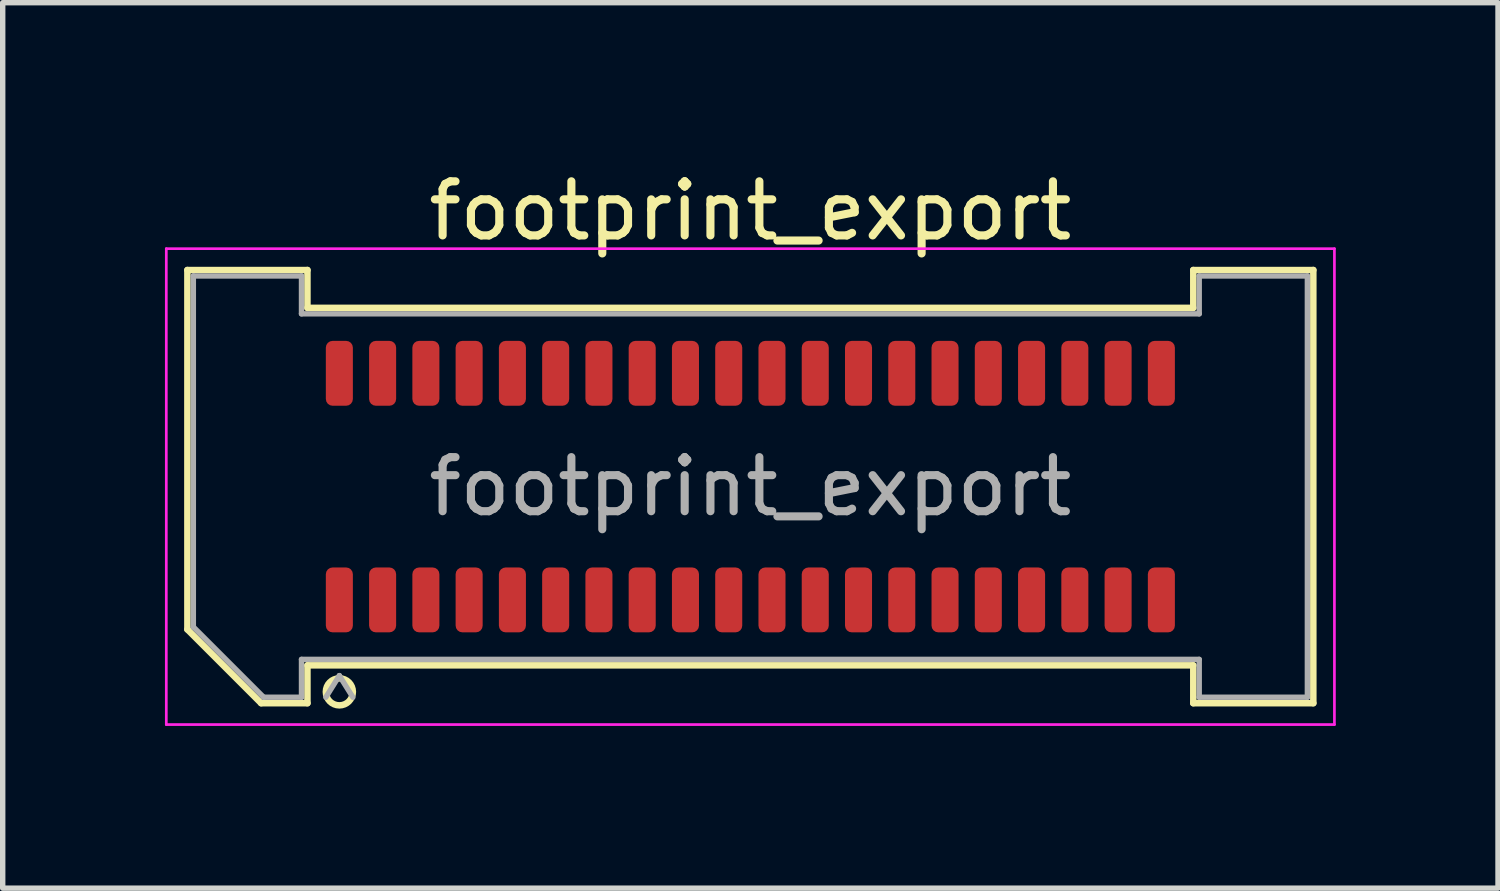
<source format=kicad_pcb>
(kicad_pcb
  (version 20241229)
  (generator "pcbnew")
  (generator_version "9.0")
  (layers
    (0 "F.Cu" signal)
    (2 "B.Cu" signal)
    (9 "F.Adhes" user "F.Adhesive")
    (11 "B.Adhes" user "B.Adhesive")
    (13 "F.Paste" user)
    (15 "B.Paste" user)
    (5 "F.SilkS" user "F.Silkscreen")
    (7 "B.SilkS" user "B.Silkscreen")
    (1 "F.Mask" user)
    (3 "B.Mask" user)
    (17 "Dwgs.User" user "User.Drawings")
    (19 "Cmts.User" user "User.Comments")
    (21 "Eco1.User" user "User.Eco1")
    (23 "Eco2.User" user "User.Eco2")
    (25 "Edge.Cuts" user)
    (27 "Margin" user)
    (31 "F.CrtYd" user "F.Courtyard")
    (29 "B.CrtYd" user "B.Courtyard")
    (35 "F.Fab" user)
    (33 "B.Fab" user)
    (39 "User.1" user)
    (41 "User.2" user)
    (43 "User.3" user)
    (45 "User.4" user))
  (footprint "footprint_export"
    (layer "F.Cu")
    (at 10.825 5.948)
    (property "Reference" "footprint_export" (at 0 -5.1 0) (layer "F.SilkS") (effects (font (size 1 1) (thickness 0.15))))
    (attr smd)
    (fp_line (start -10.41 -4.005) (end -8.19 -4.005) (stroke (width 0.12) (type solid)) (layer "F.SilkS"))
    (fp_line (start -10.41 2.641) (end -10.41 -4.005) (stroke (width 0.12) (type solid)) (layer "F.SilkS"))
    (fp_line (start -9.046 4.005) (end -10.41 2.641) (stroke (width 0.12) (type solid)) (layer "F.SilkS"))
    (fp_line (start -8.19 -4.005) (end -8.19 -3.305) (stroke (width 0.12) (type solid)) (layer "F.SilkS"))
    (fp_line (start -8.19 -3.305) (end 8.19 -3.305) (stroke (width 0.12) (type solid)) (layer "F.SilkS"))
    (fp_line (start -8.19 3.305) (end -8.19 4.005) (stroke (width 0.12) (type solid)) (layer "F.SilkS"))
    (fp_line (start -8.19 4.005) (end -9.046 4.005) (stroke (width 0.12) (type solid)) (layer "F.SilkS"))
    (fp_line (start 8.19 -4.005) (end 10.41 -4.005) (stroke (width 0.12) (type solid)) (layer "F.SilkS"))
    (fp_line (start 8.19 -3.305) (end 8.19 -4.005) (stroke (width 0.12) (type solid)) (layer "F.SilkS"))
    (fp_line (start 8.19 3.305) (end -8.19 3.305) (stroke (width 0.12) (type solid)) (layer "F.SilkS"))
    (fp_line (start 8.19 4.005) (end 8.19 3.305) (stroke (width 0.12) (type solid)) (layer "F.SilkS"))
    (fp_line (start 10.41 -4.005) (end 10.41 4.005) (stroke (width 0.12) (type solid)) (layer "F.SilkS"))
    (fp_line (start 10.41 4.005) (end 8.19 4.005) (stroke (width 0.12) (type solid)) (layer "F.SilkS"))
    (fp_arc (start -7.35 3.795) (mid -7.85 3.795) (end -7.35 3.795) (stroke (width 0.12) (type solid)) (layer "F.SilkS"))
    (fp_line (start -10.8 -4.4) (end -10.8 4.4) (stroke (width 0.05) (type solid)) (layer "F.CrtYd"))
    (fp_line (start -10.8 4.4) (end 10.8 4.4) (stroke (width 0.05) (type solid)) (layer "F.CrtYd"))
    (fp_line (start 10.8 -4.4) (end -10.8 -4.4) (stroke (width 0.05) (type solid)) (layer "F.CrtYd"))
    (fp_line (start 10.8 4.4) (end 10.8 -4.4) (stroke (width 0.05) (type solid)) (layer "F.CrtYd"))
    (fp_line (start -10.3 -3.895) (end -8.3 -3.895) (stroke (width 0.1) (type solid)) (layer "F.Fab"))
    (fp_line (start -10.3 2.595) (end -10.3 -3.895) (stroke (width 0.1) (type solid)) (layer "F.Fab"))
    (fp_line (start -9 3.895) (end -10.3 2.595) (stroke (width 0.1) (type solid)) (layer "F.Fab"))
    (fp_line (start -8.3 -3.895) (end -8.3 -3.195) (stroke (width 0.1) (type solid)) (layer "F.Fab"))
    (fp_line (start -8.3 -3.195) (end 8.3 -3.195) (stroke (width 0.1) (type solid)) (layer "F.Fab"))
    (fp_line (start -8.3 3.195) (end -8.3 3.895) (stroke (width 0.1) (type solid)) (layer "F.Fab"))
    (fp_line (start -8.3 3.895) (end -9 3.895) (stroke (width 0.1) (type solid)) (layer "F.Fab"))
    (fp_line (start -7.6 3.495) (end -7.85 3.895) (stroke (width 0.1) (type solid)) (layer "F.Fab"))
    (fp_line (start -7.6 3.495) (end -7.35 3.895) (stroke (width 0.1) (type solid)) (layer "F.Fab"))
    (fp_line (start 8.3 -3.895) (end 10.3 -3.895) (stroke (width 0.1) (type solid)) (layer "F.Fab"))
    (fp_line (start 8.3 -3.195) (end 8.3 -3.895) (stroke (width 0.1) (type solid)) (layer "F.Fab"))
    (fp_line (start 8.3 3.195) (end -8.3 3.195) (stroke (width 0.1) (type solid)) (layer "F.Fab"))
    (fp_line (start 8.3 3.895) (end 8.3 3.195) (stroke (width 0.1) (type solid)) (layer "F.Fab"))
    (fp_line (start 10.3 -3.895) (end 10.3 3.895) (stroke (width 0.1) (type solid)) (layer "F.Fab"))
    (fp_line (start 10.3 3.895) (end 8.3 3.895) (stroke (width 0.1) (type solid)) (layer "F.Fab"))
    (fp_text user "${REFERENCE}" (at 0 0 0) (layer "F.Fab") (effects (font (size 1 1) (thickness 0.15))))
    (pad "1" smd roundrect (at -7.6 2.095) (size 0.5 1.2) (layers "F.Cu" "F.Mask" "F.Paste") (roundrect_rratio 0.25))
    (pad "2" smd roundrect (at -7.6 -2.095) (size 0.5 1.2) (layers "F.Cu" "F.Mask" "F.Paste") (roundrect_rratio 0.25))
    (pad "3" smd roundrect (at -6.8 2.095) (size 0.5 1.2) (layers "F.Cu" "F.Mask" "F.Paste") (roundrect_rratio 0.25))
    (pad "4" smd roundrect (at -6.8 -2.095) (size 0.5 1.2) (layers "F.Cu" "F.Mask" "F.Paste") (roundrect_rratio 0.25))
    (pad "5" smd roundrect (at -6 2.095) (size 0.5 1.2) (layers "F.Cu" "F.Mask" "F.Paste") (roundrect_rratio 0.25))
    (pad "6" smd roundrect (at -6 -2.095) (size 0.5 1.2) (layers "F.Cu" "F.Mask" "F.Paste") (roundrect_rratio 0.25))
    (pad "7" smd roundrect (at -5.2 2.095) (size 0.5 1.2) (layers "F.Cu" "F.Mask" "F.Paste") (roundrect_rratio 0.25))
    (pad "8" smd roundrect (at -5.2 -2.095) (size 0.5 1.2) (layers "F.Cu" "F.Mask" "F.Paste") (roundrect_rratio 0.25))
    (pad "9" smd roundrect (at -4.4 2.095) (size 0.5 1.2) (layers "F.Cu" "F.Mask" "F.Paste") (roundrect_rratio 0.25))
    (pad "10" smd roundrect (at -4.4 -2.095) (size 0.5 1.2) (layers "F.Cu" "F.Mask" "F.Paste") (roundrect_rratio 0.25))
    (pad "11" smd roundrect (at -3.6 2.095) (size 0.5 1.2) (layers "F.Cu" "F.Mask" "F.Paste") (roundrect_rratio 0.25))
    (pad "12" smd roundrect (at -3.6 -2.095) (size 0.5 1.2) (layers "F.Cu" "F.Mask" "F.Paste") (roundrect_rratio 0.25))
    (pad "13" smd roundrect (at -2.8 2.095) (size 0.5 1.2) (layers "F.Cu" "F.Mask" "F.Paste") (roundrect_rratio 0.25))
    (pad "14" smd roundrect (at -2.8 -2.095) (size 0.5 1.2) (layers "F.Cu" "F.Mask" "F.Paste") (roundrect_rratio 0.25))
    (pad "15" smd roundrect (at -2 2.095) (size 0.5 1.2) (layers "F.Cu" "F.Mask" "F.Paste") (roundrect_rratio 0.25))
    (pad "16" smd roundrect (at -2 -2.095) (size 0.5 1.2) (layers "F.Cu" "F.Mask" "F.Paste") (roundrect_rratio 0.25))
    (pad "17" smd roundrect (at -1.2 2.095) (size 0.5 1.2) (layers "F.Cu" "F.Mask" "F.Paste") (roundrect_rratio 0.25))
    (pad "18" smd roundrect (at -1.2 -2.095) (size 0.5 1.2) (layers "F.Cu" "F.Mask" "F.Paste") (roundrect_rratio 0.25))
    (pad "19" smd roundrect (at -0.4 2.095) (size 0.5 1.2) (layers "F.Cu" "F.Mask" "F.Paste") (roundrect_rratio 0.25))
    (pad "20" smd roundrect (at -0.4 -2.095) (size 0.5 1.2) (layers "F.Cu" "F.Mask" "F.Paste") (roundrect_rratio 0.25))
    (pad "21" smd roundrect (at 0.4 2.095) (size 0.5 1.2) (layers "F.Cu" "F.Mask" "F.Paste") (roundrect_rratio 0.25))
    (pad "22" smd roundrect (at 0.4 -2.095) (size 0.5 1.2) (layers "F.Cu" "F.Mask" "F.Paste") (roundrect_rratio 0.25))
    (pad "23" smd roundrect (at 1.2 2.095) (size 0.5 1.2) (layers "F.Cu" "F.Mask" "F.Paste") (roundrect_rratio 0.25))
    (pad "24" smd roundrect (at 1.2 -2.095) (size 0.5 1.2) (layers "F.Cu" "F.Mask" "F.Paste") (roundrect_rratio 0.25))
    (pad "25" smd roundrect (at 2 2.095) (size 0.5 1.2) (layers "F.Cu" "F.Mask" "F.Paste") (roundrect_rratio 0.25))
    (pad "26" smd roundrect (at 2 -2.095) (size 0.5 1.2) (layers "F.Cu" "F.Mask" "F.Paste") (roundrect_rratio 0.25))
    (pad "27" smd roundrect (at 2.8 2.095) (size 0.5 1.2) (layers "F.Cu" "F.Mask" "F.Paste") (roundrect_rratio 0.25))
    (pad "28" smd roundrect (at 2.8 -2.095) (size 0.5 1.2) (layers "F.Cu" "F.Mask" "F.Paste") (roundrect_rratio 0.25))
    (pad "29" smd roundrect (at 3.6 2.095) (size 0.5 1.2) (layers "F.Cu" "F.Mask" "F.Paste") (roundrect_rratio 0.25))
    (pad "30" smd roundrect (at 3.6 -2.095) (size 0.5 1.2) (layers "F.Cu" "F.Mask" "F.Paste") (roundrect_rratio 0.25))
    (pad "31" smd roundrect (at 4.4 2.095) (size 0.5 1.2) (layers "F.Cu" "F.Mask" "F.Paste") (roundrect_rratio 0.25))
    (pad "32" smd roundrect (at 4.4 -2.095) (size 0.5 1.2) (layers "F.Cu" "F.Mask" "F.Paste") (roundrect_rratio 0.25))
    (pad "33" smd roundrect (at 5.2 2.095) (size 0.5 1.2) (layers "F.Cu" "F.Mask" "F.Paste") (roundrect_rratio 0.25))
    (pad "34" smd roundrect (at 5.2 -2.095) (size 0.5 1.2) (layers "F.Cu" "F.Mask" "F.Paste") (roundrect_rratio 0.25))
    (pad "35" smd roundrect (at 6 2.095) (size 0.5 1.2) (layers "F.Cu" "F.Mask" "F.Paste") (roundrect_rratio 0.25))
    (pad "36" smd roundrect (at 6 -2.095) (size 0.5 1.2) (layers "F.Cu" "F.Mask" "F.Paste") (roundrect_rratio 0.25))
    (pad "37" smd roundrect (at 6.8 2.095) (size 0.5 1.2) (layers "F.Cu" "F.Mask" "F.Paste") (roundrect_rratio 0.25))
    (pad "38" smd roundrect (at 6.8 -2.095) (size 0.5 1.2) (layers "F.Cu" "F.Mask" "F.Paste") (roundrect_rratio 0.25))
    (pad "39" smd roundrect (at 7.6 2.095) (size 0.5 1.2) (layers "F.Cu" "F.Mask" "F.Paste") (roundrect_rratio 0.25))
    (pad "40" smd roundrect (at 7.6 -2.095) (size 0.5 1.2) (layers "F.Cu" "F.Mask" "F.Paste") (roundrect_rratio 0.25)))
  (gr_rect
    (start -3 -3)
    (end 24.65 13.373)
    (stroke (width 0.1) (type default))
    (fill no)
    (layer "Edge.Cuts")))
</source>
